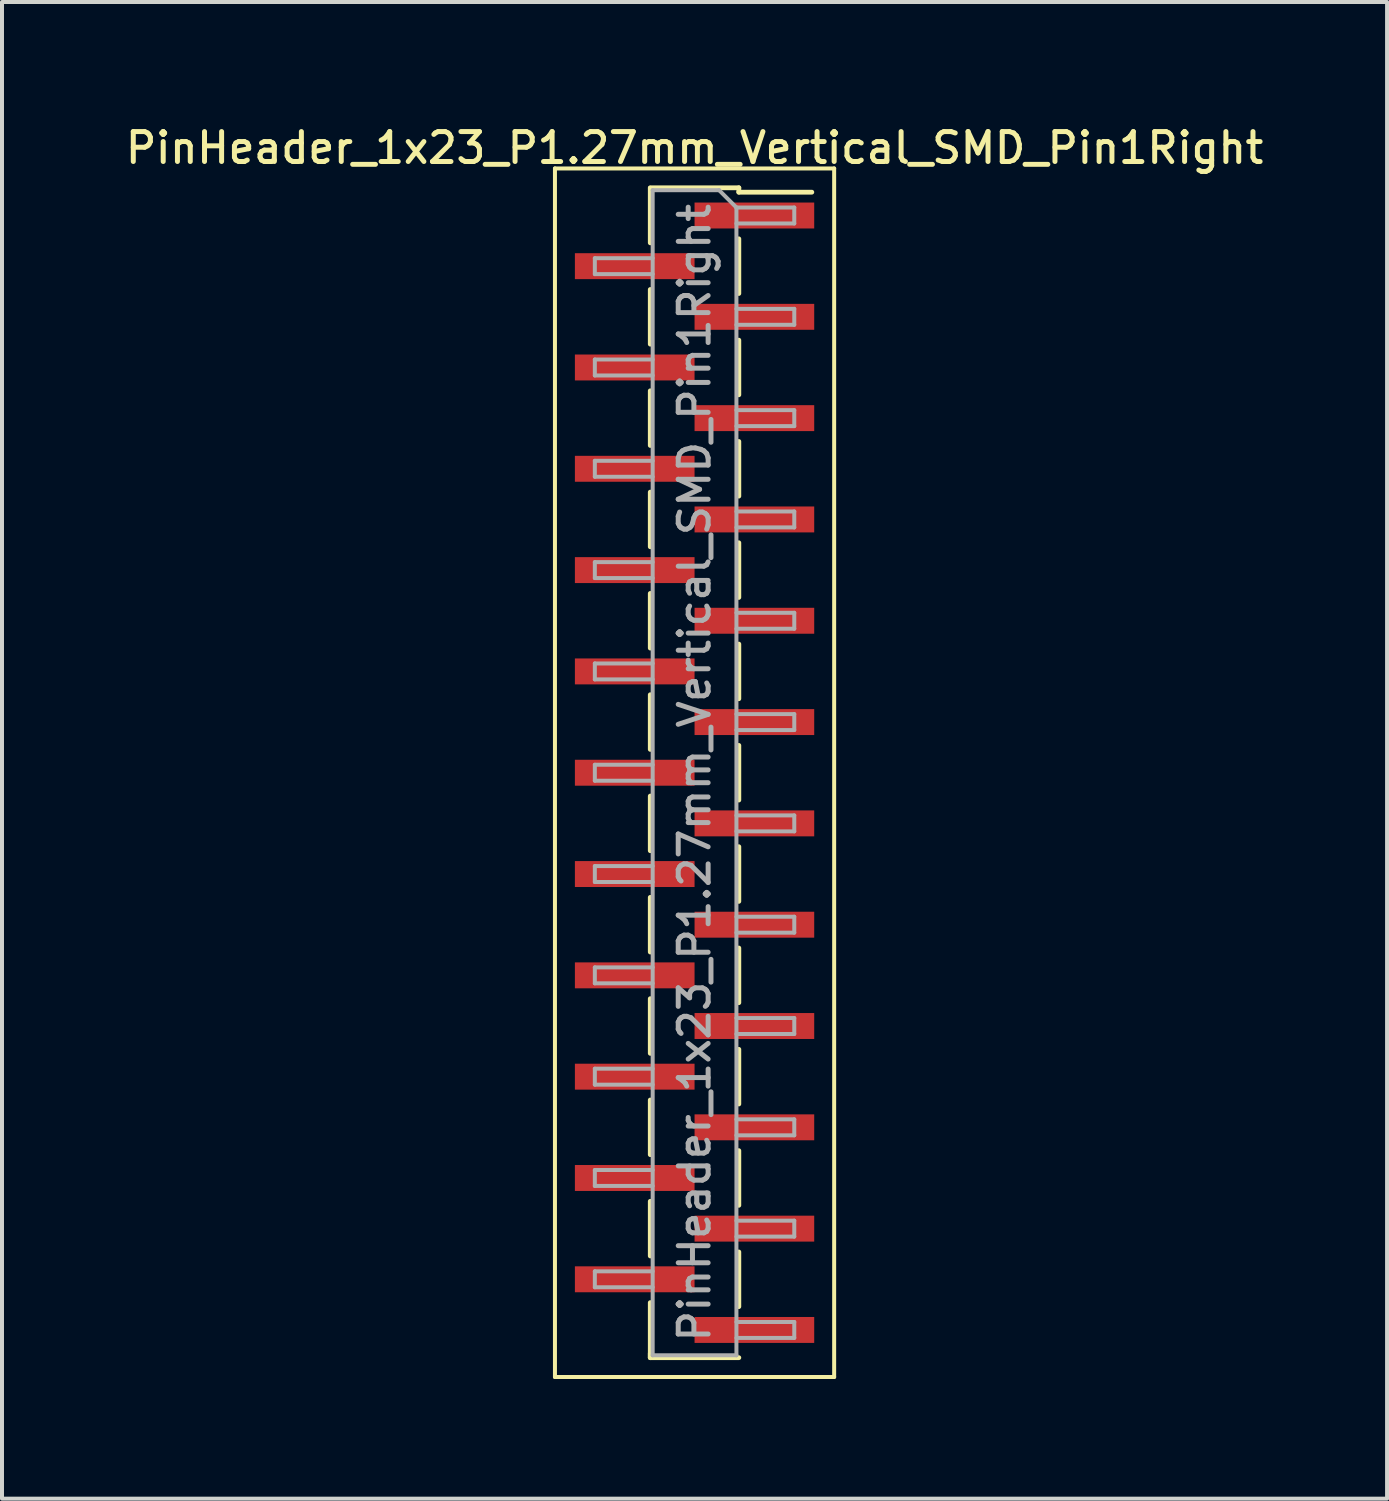
<source format=kicad_pcb>
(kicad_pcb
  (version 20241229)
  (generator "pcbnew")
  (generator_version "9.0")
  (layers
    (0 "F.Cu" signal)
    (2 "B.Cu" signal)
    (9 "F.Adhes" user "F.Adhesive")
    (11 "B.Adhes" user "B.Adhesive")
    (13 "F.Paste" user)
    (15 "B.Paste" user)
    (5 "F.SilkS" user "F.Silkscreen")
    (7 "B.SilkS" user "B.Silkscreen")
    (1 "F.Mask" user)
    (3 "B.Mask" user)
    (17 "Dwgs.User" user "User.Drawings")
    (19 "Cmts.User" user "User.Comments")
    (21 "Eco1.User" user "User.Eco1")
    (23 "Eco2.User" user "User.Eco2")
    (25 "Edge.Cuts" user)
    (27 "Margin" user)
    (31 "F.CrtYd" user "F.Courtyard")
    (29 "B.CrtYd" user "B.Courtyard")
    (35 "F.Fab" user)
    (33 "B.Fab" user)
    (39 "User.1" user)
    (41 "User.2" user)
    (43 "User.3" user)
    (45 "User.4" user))
  (footprint "PinHeader_1x23_P1.27mm_Vertical_SMD_Pin1Right"
    (layer "F.Cu")
    (at 14.363 16.323)
    (property "Reference" "PinHeader_1x23_P1.27mm_Vertical_SMD_Pin1Right" (at 0 -15.665 0) (layer "F.SilkS") (effects (font (size 0.75 0.75) (thickness 0.125))))
    (attr smd)
    (fp_line (start -3.5 -15.15) (end -3.5 15.15) (stroke (width 0.1) (type solid)) (layer "F.SilkS"))
    (fp_line (start -3.5 15.15) (end 3.5 15.15) (stroke (width 0.1) (type solid)) (layer "F.SilkS"))
    (fp_line (start -1.11 -14.665) (end 1.11 -14.665) (stroke (width 0.12) (type solid)) (layer "F.SilkS"))
    (fp_line (start -1.11 -14.655) (end -1.11 -13.285) (stroke (width 0.12) (type solid)) (layer "F.SilkS"))
    (fp_line (start -1.11 -12.115) (end -1.11 -10.745) (stroke (width 0.12) (type solid)) (layer "F.SilkS"))
    (fp_line (start -1.11 -9.575) (end -1.11 -8.205) (stroke (width 0.12) (type solid)) (layer "F.SilkS"))
    (fp_line (start -1.11 -7.035) (end -1.11 -5.665) (stroke (width 0.12) (type solid)) (layer "F.SilkS"))
    (fp_line (start -1.11 -4.495) (end -1.11 -3.125) (stroke (width 0.12) (type solid)) (layer "F.SilkS"))
    (fp_line (start -1.11 -1.955) (end -1.11 -0.585) (stroke (width 0.12) (type solid)) (layer "F.SilkS"))
    (fp_line (start -1.11 0.585) (end -1.11 1.955) (stroke (width 0.12) (type solid)) (layer "F.SilkS"))
    (fp_line (start -1.11 3.125) (end -1.11 4.495) (stroke (width 0.12) (type solid)) (layer "F.SilkS"))
    (fp_line (start -1.11 5.665) (end -1.11 7.035) (stroke (width 0.12) (type solid)) (layer "F.SilkS"))
    (fp_line (start -1.11 8.205) (end -1.11 9.575) (stroke (width 0.12) (type solid)) (layer "F.SilkS"))
    (fp_line (start -1.11 10.745) (end -1.11 12.115) (stroke (width 0.12) (type solid)) (layer "F.SilkS"))
    (fp_line (start -1.11 13.285) (end -1.11 14.655) (stroke (width 0.12) (type solid)) (layer "F.SilkS"))
    (fp_line (start -1.11 14.555) (end -1.11 14.665) (stroke (width 0.12) (type solid)) (layer "F.SilkS"))
    (fp_line (start -1.11 14.665) (end 1.11 14.665) (stroke (width 0.12) (type solid)) (layer "F.SilkS"))
    (fp_line (start 1.11 -14.665) (end 1.11 -14.555) (stroke (width 0.12) (type solid)) (layer "F.SilkS"))
    (fp_line (start 1.11 -14.555) (end 2.94 -14.555) (stroke (width 0.12) (type solid)) (layer "F.SilkS"))
    (fp_line (start 1.11 -13.385) (end 1.11 -12.015) (stroke (width 0.12) (type solid)) (layer "F.SilkS"))
    (fp_line (start 1.11 -10.845) (end 1.11 -9.475) (stroke (width 0.12) (type solid)) (layer "F.SilkS"))
    (fp_line (start 1.11 -8.305) (end 1.11 -6.935) (stroke (width 0.12) (type solid)) (layer "F.SilkS"))
    (fp_line (start 1.11 -5.765) (end 1.11 -4.395) (stroke (width 0.12) (type solid)) (layer "F.SilkS"))
    (fp_line (start 1.11 -3.225) (end 1.11 -1.855) (stroke (width 0.12) (type solid)) (layer "F.SilkS"))
    (fp_line (start 1.11 -0.685) (end 1.11 0.685) (stroke (width 0.12) (type solid)) (layer "F.SilkS"))
    (fp_line (start 1.11 1.855) (end 1.11 3.225) (stroke (width 0.12) (type solid)) (layer "F.SilkS"))
    (fp_line (start 1.11 4.395) (end 1.11 5.765) (stroke (width 0.12) (type solid)) (layer "F.SilkS"))
    (fp_line (start 1.11 6.935) (end 1.11 8.305) (stroke (width 0.12) (type solid)) (layer "F.SilkS"))
    (fp_line (start 1.11 9.475) (end 1.11 10.845) (stroke (width 0.12) (type solid)) (layer "F.SilkS"))
    (fp_line (start 1.11 12.015) (end 1.11 13.385) (stroke (width 0.12) (type solid)) (layer "F.SilkS"))
    (fp_line (start 3.5 -15.15) (end -3.5 -15.15) (stroke (width 0.1) (type solid)) (layer "F.SilkS"))
    (fp_line (start 3.5 15.15) (end 3.5 -15.15) (stroke (width 0.1) (type solid)) (layer "F.SilkS"))
    (fp_line (start -2.5 -12.9) (end -2.5 -12.5) (stroke (width 0.1) (type solid)) (layer "F.Fab"))
    (fp_line (start -2.5 -12.5) (end -1.05 -12.5) (stroke (width 0.1) (type solid)) (layer "F.Fab"))
    (fp_line (start -2.5 -10.36) (end -2.5 -9.96) (stroke (width 0.1) (type solid)) (layer "F.Fab"))
    (fp_line (start -2.5 -9.96) (end -1.05 -9.96) (stroke (width 0.1) (type solid)) (layer "F.Fab"))
    (fp_line (start -2.5 -7.82) (end -2.5 -7.42) (stroke (width 0.1) (type solid)) (layer "F.Fab"))
    (fp_line (start -2.5 -7.42) (end -1.05 -7.42) (stroke (width 0.1) (type solid)) (layer "F.Fab"))
    (fp_line (start -2.5 -5.28) (end -2.5 -4.88) (stroke (width 0.1) (type solid)) (layer "F.Fab"))
    (fp_line (start -2.5 -4.88) (end -1.05 -4.88) (stroke (width 0.1) (type solid)) (layer "F.Fab"))
    (fp_line (start -2.5 -2.74) (end -2.5 -2.34) (stroke (width 0.1) (type solid)) (layer "F.Fab"))
    (fp_line (start -2.5 -2.34) (end -1.05 -2.34) (stroke (width 0.1) (type solid)) (layer "F.Fab"))
    (fp_line (start -2.5 -0.2) (end -2.5 0.2) (stroke (width 0.1) (type solid)) (layer "F.Fab"))
    (fp_line (start -2.5 0.2) (end -1.05 0.2) (stroke (width 0.1) (type solid)) (layer "F.Fab"))
    (fp_line (start -2.5 2.34) (end -2.5 2.74) (stroke (width 0.1) (type solid)) (layer "F.Fab"))
    (fp_line (start -2.5 2.74) (end -1.05 2.74) (stroke (width 0.1) (type solid)) (layer "F.Fab"))
    (fp_line (start -2.5 4.88) (end -2.5 5.28) (stroke (width 0.1) (type solid)) (layer "F.Fab"))
    (fp_line (start -2.5 5.28) (end -1.05 5.28) (stroke (width 0.1) (type solid)) (layer "F.Fab"))
    (fp_line (start -2.5 7.42) (end -2.5 7.82) (stroke (width 0.1) (type solid)) (layer "F.Fab"))
    (fp_line (start -2.5 7.82) (end -1.05 7.82) (stroke (width 0.1) (type solid)) (layer "F.Fab"))
    (fp_line (start -2.5 9.96) (end -2.5 10.36) (stroke (width 0.1) (type solid)) (layer "F.Fab"))
    (fp_line (start -2.5 10.36) (end -1.05 10.36) (stroke (width 0.1) (type solid)) (layer "F.Fab"))
    (fp_line (start -2.5 12.5) (end -2.5 12.9) (stroke (width 0.1) (type solid)) (layer "F.Fab"))
    (fp_line (start -2.5 12.9) (end -1.05 12.9) (stroke (width 0.1) (type solid)) (layer "F.Fab"))
    (fp_line (start -1.05 -14.605) (end -1.05 14.605) (stroke (width 0.1) (type solid)) (layer "F.Fab"))
    (fp_line (start -1.05 -14.605) (end 0.615 -14.605) (stroke (width 0.1) (type solid)) (layer "F.Fab"))
    (fp_line (start -1.05 -12.9) (end -2.5 -12.9) (stroke (width 0.1) (type solid)) (layer "F.Fab"))
    (fp_line (start -1.05 -10.36) (end -2.5 -10.36) (stroke (width 0.1) (type solid)) (layer "F.Fab"))
    (fp_line (start -1.05 -7.82) (end -2.5 -7.82) (stroke (width 0.1) (type solid)) (layer "F.Fab"))
    (fp_line (start -1.05 -5.28) (end -2.5 -5.28) (stroke (width 0.1) (type solid)) (layer "F.Fab"))
    (fp_line (start -1.05 -2.74) (end -2.5 -2.74) (stroke (width 0.1) (type solid)) (layer "F.Fab"))
    (fp_line (start -1.05 -0.2) (end -2.5 -0.2) (stroke (width 0.1) (type solid)) (layer "F.Fab"))
    (fp_line (start -1.05 2.34) (end -2.5 2.34) (stroke (width 0.1) (type solid)) (layer "F.Fab"))
    (fp_line (start -1.05 4.88) (end -2.5 4.88) (stroke (width 0.1) (type solid)) (layer "F.Fab"))
    (fp_line (start -1.05 7.42) (end -2.5 7.42) (stroke (width 0.1) (type solid)) (layer "F.Fab"))
    (fp_line (start -1.05 9.96) (end -2.5 9.96) (stroke (width 0.1) (type solid)) (layer "F.Fab"))
    (fp_line (start -1.05 12.5) (end -2.5 12.5) (stroke (width 0.1) (type solid)) (layer "F.Fab"))
    (fp_line (start 1.05 -14.17) (end 0.615 -14.605) (stroke (width 0.1) (type solid)) (layer "F.Fab"))
    (fp_line (start 1.05 -14.17) (end 2.5 -14.17) (stroke (width 0.1) (type solid)) (layer "F.Fab"))
    (fp_line (start 1.05 -11.63) (end 2.5 -11.63) (stroke (width 0.1) (type solid)) (layer "F.Fab"))
    (fp_line (start 1.05 -9.09) (end 2.5 -9.09) (stroke (width 0.1) (type solid)) (layer "F.Fab"))
    (fp_line (start 1.05 -6.55) (end 2.5 -6.55) (stroke (width 0.1) (type solid)) (layer "F.Fab"))
    (fp_line (start 1.05 -4.01) (end 2.5 -4.01) (stroke (width 0.1) (type solid)) (layer "F.Fab"))
    (fp_line (start 1.05 -1.47) (end 2.5 -1.47) (stroke (width 0.1) (type solid)) (layer "F.Fab"))
    (fp_line (start 1.05 1.07) (end 2.5 1.07) (stroke (width 0.1) (type solid)) (layer "F.Fab"))
    (fp_line (start 1.05 3.61) (end 2.5 3.61) (stroke (width 0.1) (type solid)) (layer "F.Fab"))
    (fp_line (start 1.05 6.15) (end 2.5 6.15) (stroke (width 0.1) (type solid)) (layer "F.Fab"))
    (fp_line (start 1.05 8.69) (end 2.5 8.69) (stroke (width 0.1) (type solid)) (layer "F.Fab"))
    (fp_line (start 1.05 11.23) (end 2.5 11.23) (stroke (width 0.1) (type solid)) (layer "F.Fab"))
    (fp_line (start 1.05 13.77) (end 2.5 13.77) (stroke (width 0.1) (type solid)) (layer "F.Fab"))
    (fp_line (start 1.05 14.605) (end -1.05 14.605) (stroke (width 0.1) (type solid)) (layer "F.Fab"))
    (fp_line (start 1.05 14.605) (end 1.05 -14.17) (stroke (width 0.1) (type solid)) (layer "F.Fab"))
    (fp_line (start 2.5 -14.17) (end 2.5 -13.77) (stroke (width 0.1) (type solid)) (layer "F.Fab"))
    (fp_line (start 2.5 -13.77) (end 1.05 -13.77) (stroke (width 0.1) (type solid)) (layer "F.Fab"))
    (fp_line (start 2.5 -11.63) (end 2.5 -11.23) (stroke (width 0.1) (type solid)) (layer "F.Fab"))
    (fp_line (start 2.5 -11.23) (end 1.05 -11.23) (stroke (width 0.1) (type solid)) (layer "F.Fab"))
    (fp_line (start 2.5 -9.09) (end 2.5 -8.69) (stroke (width 0.1) (type solid)) (layer "F.Fab"))
    (fp_line (start 2.5 -8.69) (end 1.05 -8.69) (stroke (width 0.1) (type solid)) (layer "F.Fab"))
    (fp_line (start 2.5 -6.55) (end 2.5 -6.15) (stroke (width 0.1) (type solid)) (layer "F.Fab"))
    (fp_line (start 2.5 -6.15) (end 1.05 -6.15) (stroke (width 0.1) (type solid)) (layer "F.Fab"))
    (fp_line (start 2.5 -4.01) (end 2.5 -3.61) (stroke (width 0.1) (type solid)) (layer "F.Fab"))
    (fp_line (start 2.5 -3.61) (end 1.05 -3.61) (stroke (width 0.1) (type solid)) (layer "F.Fab"))
    (fp_line (start 2.5 -1.47) (end 2.5 -1.07) (stroke (width 0.1) (type solid)) (layer "F.Fab"))
    (fp_line (start 2.5 -1.07) (end 1.05 -1.07) (stroke (width 0.1) (type solid)) (layer "F.Fab"))
    (fp_line (start 2.5 1.07) (end 2.5 1.47) (stroke (width 0.1) (type solid)) (layer "F.Fab"))
    (fp_line (start 2.5 1.47) (end 1.05 1.47) (stroke (width 0.1) (type solid)) (layer "F.Fab"))
    (fp_line (start 2.5 3.61) (end 2.5 4.01) (stroke (width 0.1) (type solid)) (layer "F.Fab"))
    (fp_line (start 2.5 4.01) (end 1.05 4.01) (stroke (width 0.1) (type solid)) (layer "F.Fab"))
    (fp_line (start 2.5 6.15) (end 2.5 6.55) (stroke (width 0.1) (type solid)) (layer "F.Fab"))
    (fp_line (start 2.5 6.55) (end 1.05 6.55) (stroke (width 0.1) (type solid)) (layer "F.Fab"))
    (fp_line (start 2.5 8.69) (end 2.5 9.09) (stroke (width 0.1) (type solid)) (layer "F.Fab"))
    (fp_line (start 2.5 9.09) (end 1.05 9.09) (stroke (width 0.1) (type solid)) (layer "F.Fab"))
    (fp_line (start 2.5 11.23) (end 2.5 11.63) (stroke (width 0.1) (type solid)) (layer "F.Fab"))
    (fp_line (start 2.5 11.63) (end 1.05 11.63) (stroke (width 0.1) (type solid)) (layer "F.Fab"))
    (fp_line (start 2.5 13.77) (end 2.5 14.17) (stroke (width 0.1) (type solid)) (layer "F.Fab"))
    (fp_line (start 2.5 14.17) (end 1.05 14.17) (stroke (width 0.1) (type solid)) (layer "F.Fab"))
    (fp_text user "${REFERENCE}" (at 0 0 90) (layer "F.Fab") (effects (font (size 0.75 0.75) (thickness 0.125))))
    (pad "1" smd rect (at 1.5 -13.97) (size 3 0.65) (layers "F.Cu" "F.Mask" "F.Paste"))
    (pad "2" smd rect (at -1.5 -12.7) (size 3 0.65) (layers "F.Cu" "F.Mask" "F.Paste"))
    (pad "3" smd rect (at 1.5 -11.43) (size 3 0.65) (layers "F.Cu" "F.Mask" "F.Paste"))
    (pad "4" smd rect (at -1.5 -10.16) (size 3 0.65) (layers "F.Cu" "F.Mask" "F.Paste"))
    (pad "5" smd rect (at 1.5 -8.89) (size 3 0.65) (layers "F.Cu" "F.Mask" "F.Paste"))
    (pad "6" smd rect (at -1.5 -7.62) (size 3 0.65) (layers "F.Cu" "F.Mask" "F.Paste"))
    (pad "7" smd rect (at 1.5 -6.35) (size 3 0.65) (layers "F.Cu" "F.Mask" "F.Paste"))
    (pad "8" smd rect (at -1.5 -5.08) (size 3 0.65) (layers "F.Cu" "F.Mask" "F.Paste"))
    (pad "9" smd rect (at 1.5 -3.81) (size 3 0.65) (layers "F.Cu" "F.Mask" "F.Paste"))
    (pad "10" smd rect (at -1.5 -2.54) (size 3 0.65) (layers "F.Cu" "F.Mask" "F.Paste"))
    (pad "11" smd rect (at 1.5 -1.27) (size 3 0.65) (layers "F.Cu" "F.Mask" "F.Paste"))
    (pad "12" smd rect (at -1.5 0) (size 3 0.65) (layers "F.Cu" "F.Mask" "F.Paste"))
    (pad "13" smd rect (at 1.5 1.27) (size 3 0.65) (layers "F.Cu" "F.Mask" "F.Paste"))
    (pad "14" smd rect (at -1.5 2.54) (size 3 0.65) (layers "F.Cu" "F.Mask" "F.Paste"))
    (pad "15" smd rect (at 1.5 3.81) (size 3 0.65) (layers "F.Cu" "F.Mask" "F.Paste"))
    (pad "16" smd rect (at -1.5 5.08) (size 3 0.65) (layers "F.Cu" "F.Mask" "F.Paste"))
    (pad "17" smd rect (at 1.5 6.35) (size 3 0.65) (layers "F.Cu" "F.Mask" "F.Paste"))
    (pad "18" smd rect (at -1.5 7.62) (size 3 0.65) (layers "F.Cu" "F.Mask" "F.Paste"))
    (pad "19" smd rect (at 1.5 8.89) (size 3 0.65) (layers "F.Cu" "F.Mask" "F.Paste"))
    (pad "20" smd rect (at -1.5 10.16) (size 3 0.65) (layers "F.Cu" "F.Mask" "F.Paste"))
    (pad "21" smd rect (at 1.5 11.43) (size 3 0.65) (layers "F.Cu" "F.Mask" "F.Paste"))
    (pad "22" smd rect (at -1.5 12.7) (size 3 0.65) (layers "F.Cu" "F.Mask" "F.Paste"))
    (pad "23" smd rect (at 1.5 13.97) (size 3 0.65) (layers "F.Cu" "F.Mask" "F.Paste")))
  (gr_rect
    (start -3 -3)
    (end 31.725 34.523)
    (stroke (width 0.1) (type default))
    (fill no)
    (layer "Edge.Cuts")))
</source>
